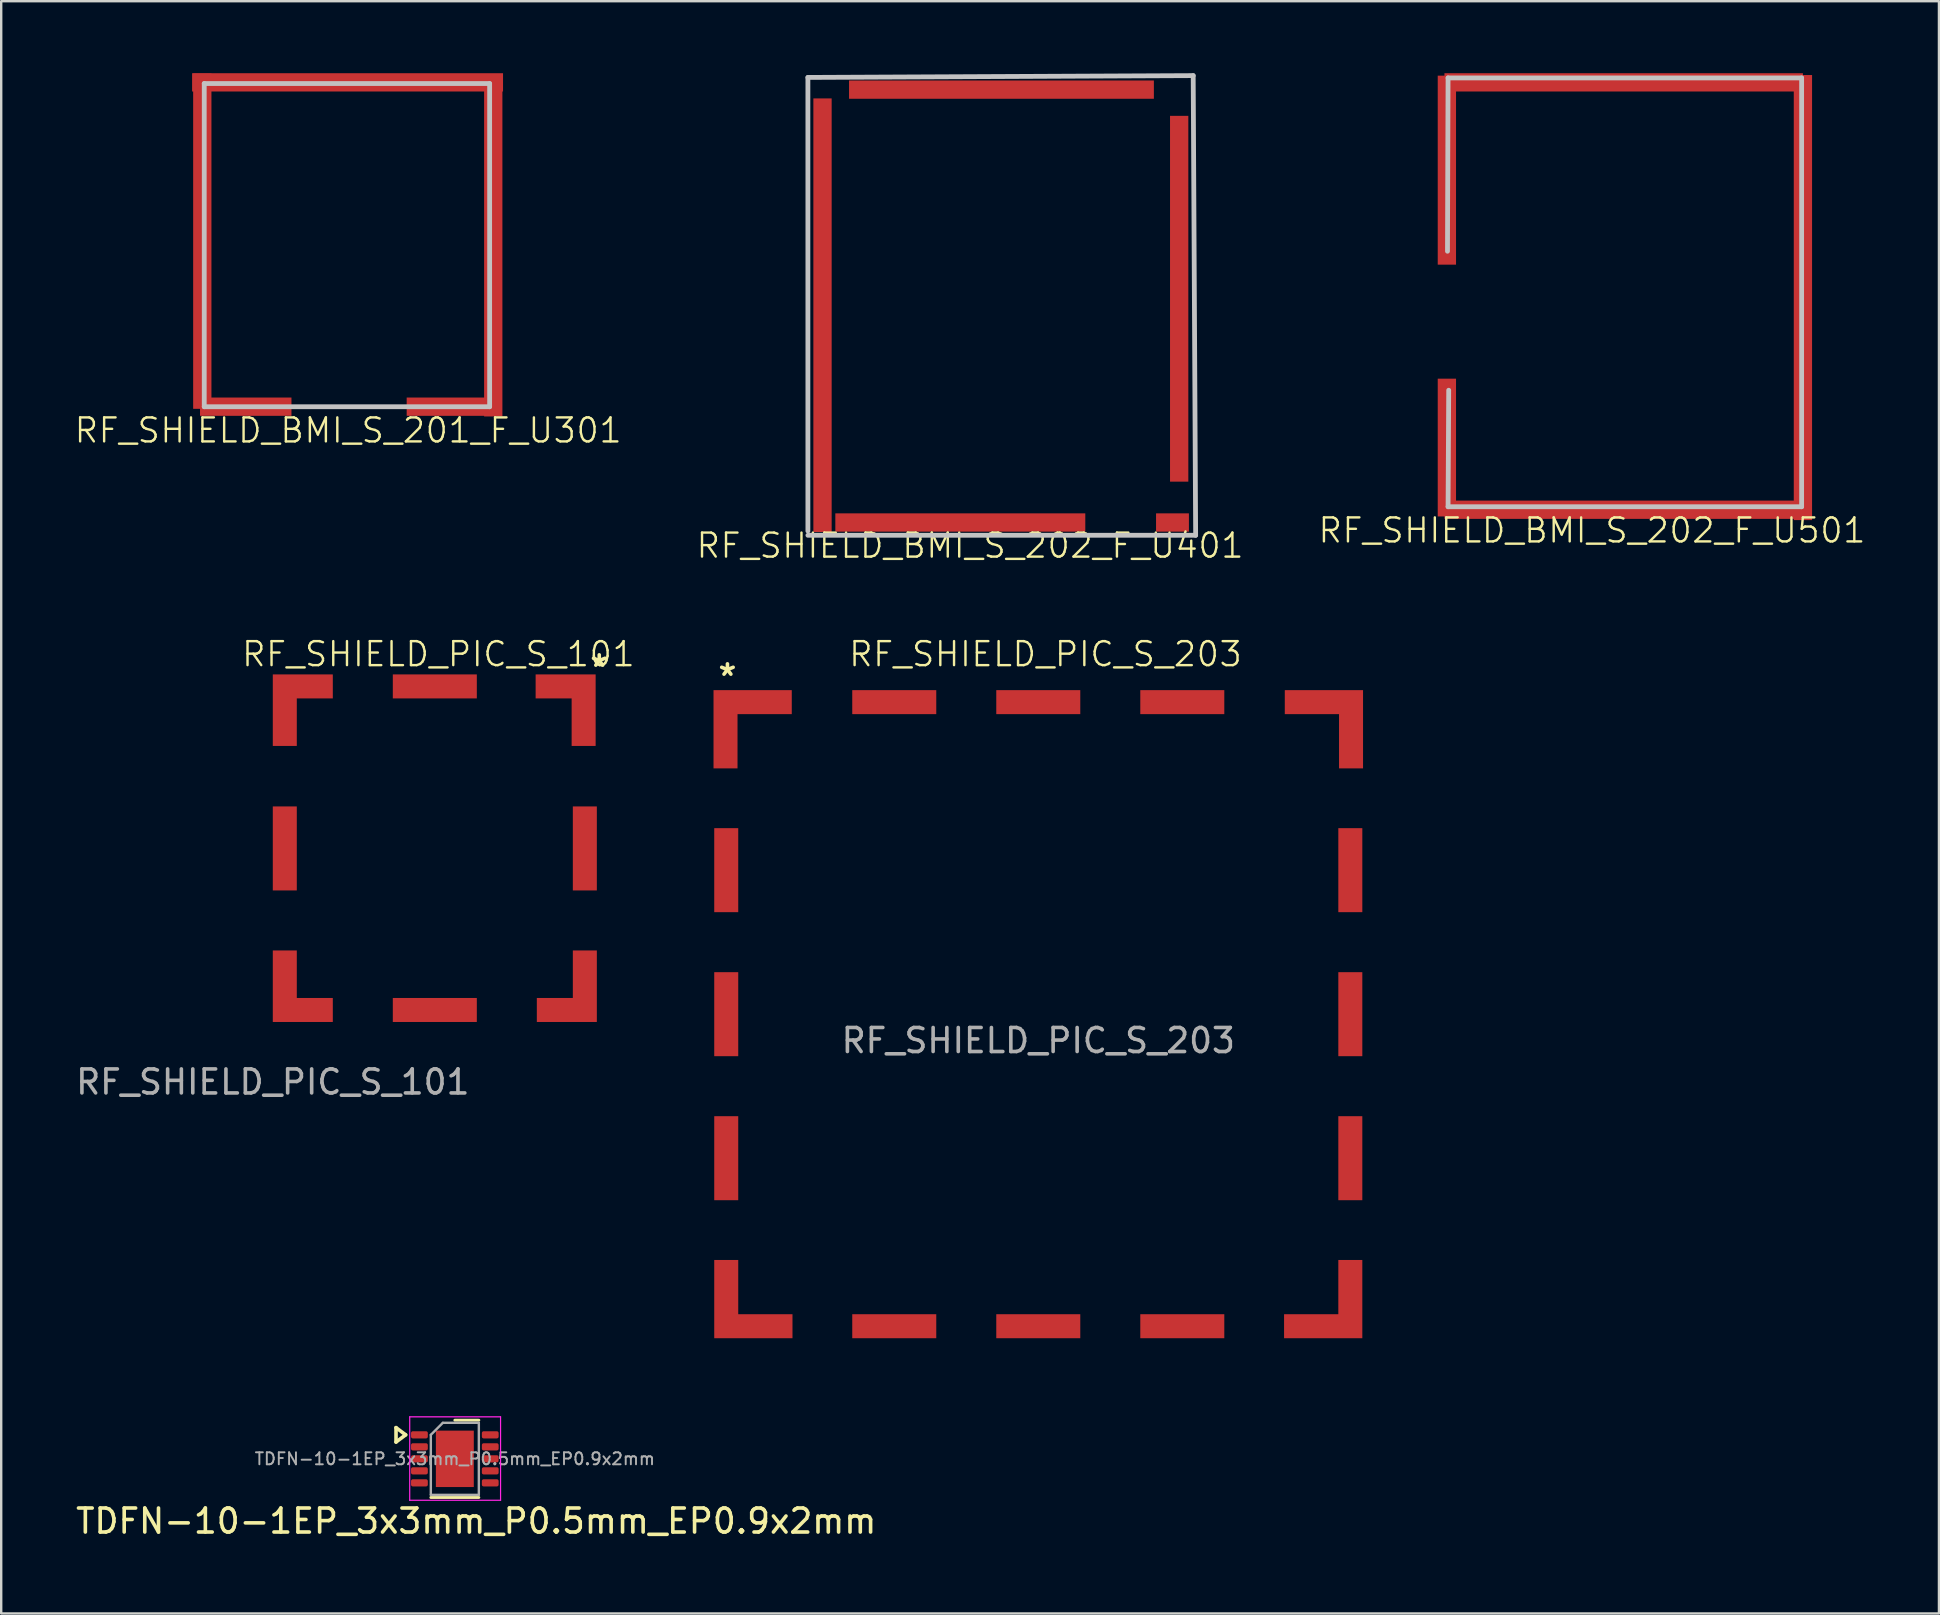
<source format=kicad_pcb>
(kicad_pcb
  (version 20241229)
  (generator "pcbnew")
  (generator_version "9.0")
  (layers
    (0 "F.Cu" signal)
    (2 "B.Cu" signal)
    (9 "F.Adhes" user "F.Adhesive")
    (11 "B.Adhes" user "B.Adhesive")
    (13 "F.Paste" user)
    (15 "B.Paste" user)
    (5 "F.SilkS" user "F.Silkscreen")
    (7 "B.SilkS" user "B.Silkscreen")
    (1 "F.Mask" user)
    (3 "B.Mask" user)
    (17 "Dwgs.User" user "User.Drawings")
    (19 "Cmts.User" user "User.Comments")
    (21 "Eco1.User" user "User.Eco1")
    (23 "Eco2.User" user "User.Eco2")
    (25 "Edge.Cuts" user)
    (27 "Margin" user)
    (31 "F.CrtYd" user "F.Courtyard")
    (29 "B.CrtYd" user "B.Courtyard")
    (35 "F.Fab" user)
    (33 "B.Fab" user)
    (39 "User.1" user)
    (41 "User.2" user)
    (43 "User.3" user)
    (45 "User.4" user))
  (footprint "RF_SHIELD_BMI_S_202_F_U401"
    (layer "F.Cu")
    (at 31.268 18.794)
    (property "Reference" "RF_SHIELD_BMI_S_202_F_U401" (at 6.096 0.886 0) (unlocked yes) (layer "F.SilkS") (effects (font (size 1 1) (thickness 0.1))))
    (attr smd)
    (fp_line (start -0.66 -18.618) (end -0.66 0.279) (stroke (width 0.2) (type default)) (layer "Dwgs.User"))
    (fp_line (start -0.66 -18.618) (end 15.392 -18.694) (stroke (width 0.2) (type default)) (layer "Dwgs.User"))
    (fp_line (start -0.659 0.457) (end 15.494 0.457) (stroke (width 0.2) (type default)) (layer "Dwgs.User"))
    (fp_line (start 15.392 -18.694) (end 15.494 0.457) (stroke (width 0.2) (type default)) (layer "Dwgs.User"))
    (pad "1" smd rect (at 5.69 -0.076) (size 10.414 0.762) (layers "F.Cu" "F.Mask" "F.Paste"))
    (pad "2" smd rect (at -0.051 -8.712 90) (size 18.064 0.762) (layers "F.Cu" "F.Mask" "F.Paste"))
    (pad "3" smd rect (at 14.529 -0.076) (size 1.369 0.762) (layers "F.Cu" "F.Mask" "F.Paste"))
    (pad "4" smd rect (at 7.404 -18.11) (size 12.7 0.762) (layers "F.Cu" "F.Mask" "F.Paste"))
    (pad "5" smd rect (at 14.808 -9.398 90) (size 15.24 0.762) (layers "F.Cu" "F.Mask" "F.Paste")))
  (footprint "TDFN-10-1EP_3x3mm_P0.5mm_EP0.9x2mm"
    (layer "F.Cu")
    (at 15.899 57.727)
    (property "Reference" "TDFN-10-1EP_3x3mm_P0.5mm_EP0.9x2mm" (at 0.892 2.594 0) (layer "F.SilkS") (effects (font (size 1 1) (thickness 0.15))))
    (attr smd)
    (fp_line (start -2.45 -1.3) (end -2.05 -1) (stroke (width 0.15) (type solid)) (layer "F.SilkS"))
    (fp_line (start -2.45 -0.7) (end -2.45 -1.3) (stroke (width 0.15) (type solid)) (layer "F.SilkS"))
    (fp_line (start -2.05 -1) (end -2.45 -0.7) (stroke (width 0.15) (type solid)) (layer "F.SilkS"))
    (fp_line (start -1 1.61) (end 1 1.61) (stroke (width 0.12) (type solid)) (layer "F.SilkS"))
    (fp_line (start 0 -1.61) (end 1 -1.61) (stroke (width 0.12) (type solid)) (layer "F.SilkS"))
    (fp_line (start -1.88 -1.75) (end -1.88 1.727) (stroke (width 0.05) (type solid)) (layer "F.CrtYd"))
    (fp_line (start -1.88 1.727) (end 1.905 1.727) (stroke (width 0.05) (type solid)) (layer "F.CrtYd"))
    (fp_line (start 1.905 -1.75) (end -1.88 -1.75) (stroke (width 0.05) (type solid)) (layer "F.CrtYd"))
    (fp_line (start 1.905 1.727) (end 1.905 -1.75) (stroke (width 0.05) (type solid)) (layer "F.CrtYd"))
    (fp_line (start -1 -1) (end -0.5 -1.5) (stroke (width 0.1) (type solid)) (layer "F.Fab"))
    (fp_line (start -1 1.5) (end -1 -1) (stroke (width 0.1) (type solid)) (layer "F.Fab"))
    (fp_line (start -0.5 -1.5) (end 1 -1.5) (stroke (width 0.1) (type solid)) (layer "F.Fab"))
    (fp_line (start 1 -1.5) (end 1 1.5) (stroke (width 0.1) (type solid)) (layer "F.Fab"))
    (fp_line (start 1 1.5) (end -1 1.5) (stroke (width 0.1) (type solid)) (layer "F.Fab"))
    (fp_text user "${REFERENCE}" (at 0 0 0) (layer "F.Fab") (effects (font (size 0.5 0.5) (thickness 0.08))))
    (pad "" smd roundrect (at 0 -0.5) (size 0.73 0.81) (layers "F.Paste") (roundrect_rratio 0.25))
    (pad "" smd roundrect (at 0 0.5) (size 0.73 0.81) (layers "F.Paste") (roundrect_rratio 0.25))
    (pad "1" smd roundrect (at -1.475 -1) (size 0.7 0.3) (layers "F.Cu" "F.Mask" "F.Paste") (roundrect_rratio 0.25))
    (pad "2" smd roundrect (at -1.475 -0.5) (size 0.7 0.3) (layers "F.Cu" "F.Mask" "F.Paste") (roundrect_rratio 0.25))
    (pad "3" smd roundrect (at -1.475 0) (size 0.7 0.3) (layers "F.Cu" "F.Mask" "F.Paste") (roundrect_rratio 0.25))
    (pad "4" smd roundrect (at -1.475 0.5) (size 0.7 0.3) (layers "F.Cu" "F.Mask" "F.Paste") (roundrect_rratio 0.25))
    (pad "5" smd roundrect (at -1.475 1) (size 0.7 0.3) (layers "F.Cu" "F.Mask" "F.Paste") (roundrect_rratio 0.25))
    (pad "6" smd roundrect (at 1.475 1) (size 0.7 0.3) (layers "F.Cu" "F.Mask" "F.Paste") (roundrect_rratio 0.25))
    (pad "7" smd roundrect (at 1.475 0.5) (size 0.7 0.3) (layers "F.Cu" "F.Mask" "F.Paste") (roundrect_rratio 0.25))
    (pad "8" smd roundrect (at 1.475 0) (size 0.7 0.3) (layers "F.Cu" "F.Mask" "F.Paste") (roundrect_rratio 0.25))
    (pad "9" smd roundrect (at 1.475 -0.5) (size 0.7 0.3) (layers "F.Cu" "F.Mask" "F.Paste") (roundrect_rratio 0.25))
    (pad "10" smd roundrect (at 1.475 -1) (size 0.7 0.3) (layers "F.Cu" "F.Mask" "F.Paste") (roundrect_rratio 0.25))
    (pad "11" smd rect (at 0 0) (size 1.58 2.35) (layers "F.Cu" "F.Mask")))
  (footprint "RF_SHIELD_PIC_S_203"
    (layer "F.Cu")
    (at 26.706 52.702)
    (property "Reference" "RF_SHIELD_PIC_S_203" (at 13.8 -28.5 0) (unlocked yes) (layer "F.SilkS") (effects (font (size 1 1) (thickness 0.1))))
    (attr smd)
    (fp_text user "*" (at 0.55 -27.55 0) (unlocked yes) (layer "F.SilkS") (effects (font (size 1 1) (thickness 0.15))))
    (fp_text user "${REFERENCE}" (at 13.5 -12.4 0) (unlocked yes) (layer "F.Fab") (effects (font (size 1 1) (thickness 0.15))))
    (pad "1" smd rect (at 0.5 -19.5) (size 1 3.5) (layers "F.Cu" "F.Mask" "F.Paste"))
    (pad "1" smd rect (at 0.5 -13.5) (size 1 3.5) (layers "F.Cu" "F.Mask" "F.Paste"))
    (pad "1" smd rect (at 0.5 -7.5) (size 1 3.5) (layers "F.Cu" "F.Mask" "F.Paste"))
    (pad "1" smd custom (at 1.6 -26.5 270) (size 1 3.26) (layers "F.Cu" "F.Mask" "F.Paste") (options (anchor rect)) (primitives (gr_rect (start -0.5 0.63) (end 2.76 1.63) (width 0) (fill yes))))
    (pad "1" smd custom (at 1.63 -0.5 90) (size 1 3.26) (layers "F.Cu" "F.Mask" "F.Paste") (options (anchor rect)) (primitives (gr_rect (start -0.5 -1.63) (end 2.76 -0.63) (width 0) (fill yes))))
    (pad "1" smd rect (at 7.5 -26.5 270) (size 1 3.5) (layers "F.Cu" "F.Mask" "F.Paste"))
    (pad "1" smd rect (at 7.5 -0.5 90) (size 1 3.5) (layers "F.Cu" "F.Mask" "F.Paste"))
    (pad "1" smd rect (at 13.5 -26.5 270) (size 1 3.5) (layers "F.Cu" "F.Mask" "F.Paste"))
    (pad "1" smd rect (at 13.5 -0.5 90) (size 1 3.5) (layers "F.Cu" "F.Mask" "F.Paste"))
    (pad "1" smd rect (at 19.5 -26.5 270) (size 1 3.5) (layers "F.Cu" "F.Mask" "F.Paste"))
    (pad "1" smd rect (at 19.5 -0.5 90) (size 1 3.5) (layers "F.Cu" "F.Mask" "F.Paste"))
    (pad "1" smd custom (at 25.4 -26.5 90) (size 1 3.26) (layers "F.Cu" "F.Mask" "F.Paste") (options (anchor rect)) (primitives (gr_rect (start -2.76 0.63) (end 0.5 1.63) (width 0) (fill yes))))
    (pad "1" smd rect (at 26.5 -19.5) (size 1 3.5) (layers "F.Cu" "F.Mask" "F.Paste"))
    (pad "1" smd rect (at 26.5 -13.5) (size 1 3.5) (layers "F.Cu" "F.Mask" "F.Paste"))
    (pad "1" smd rect (at 26.5 -7.5) (size 1 3.5) (layers "F.Cu" "F.Mask" "F.Paste"))
    (pad "1" smd custom (at 26.5 -1.63 180) (size 1 3.26) (layers "F.Cu" "F.Mask" "F.Paste") (options (anchor rect)) (primitives (gr_rect (start -0.5 -1.63) (end 2.76 -0.63) (width 0) (fill yes)))))
  (footprint "RF_SHIELD_BMI_S_201_F_U301"
    (layer "F.Cu")
    (at 5.359 13.995)
    (property "Reference" "RF_SHIELD_BMI_S_201_F_U301" (at 6.096 0.886 0) (unlocked yes) (layer "F.SilkS") (effects (font (size 1 1) (thickness 0.1))))
    (attr smd)
    (fp_line (start 0.1 -13.565) (end 0.1 -0.1) (stroke (width 0.2) (type default)) (layer "Dwgs.User"))
    (fp_line (start 0.1 -13.565) (end 11.99 -13.565) (stroke (width 0.2) (type default)) (layer "Dwgs.User"))
    (fp_line (start 0.1 -0.1) (end 11.99 -0.1) (stroke (width 0.2) (type default)) (layer "Dwgs.User"))
    (fp_line (start 11.99 -13.565) (end 11.99 -0.1) (stroke (width 0.2) (type default)) (layer "Dwgs.User"))
    (pad "1" smd rect (at 1.829 -0.102) (size 3.81 0.762) (layers "F.Cu" "F.Mask" "F.Paste"))
    (pad "2" smd rect (at 0.019 -6.998 90) (size 13.97 0.762) (layers "F.Cu" "F.Mask" "F.Paste"))
    (pad "3" smd rect (at 6.071 -13.614) (size 12.954 0.762) (layers "F.Cu" "F.Mask" "F.Paste"))
    (pad "4" smd rect (at 12.141 -6.68 90) (size 13.97 0.762) (layers "F.Cu" "F.Mask" "F.Paste"))
    (pad "5" smd rect (at 10.439 -0.102) (size 3.81 0.762) (layers "F.Cu" "F.Mask" "F.Paste")))
  (footprint "RF_SHIELD_BMI_S_202_F_U501"
    (layer "F.Cu")
    (at 57.178 18.161)
    (property "Reference" "RF_SHIELD_BMI_S_202_F_U501" (at 6.096 0.886 0) (unlocked yes) (layer "F.SilkS") (effects (font (size 1 1) (thickness 0.1))))
    (attr smd)
    (fp_line (start 0.1 -17.965) (end 0.076 -10.744) (stroke (width 0.2) (type default)) (layer "Dwgs.User"))
    (fp_line (start 0.1 -17.965) (end 14.83 -17.965) (stroke (width 0.2) (type default)) (layer "Dwgs.User"))
    (fp_line (start 0.1 -0.1) (end 14.83 -0.1) (stroke (width 0.2) (type default)) (layer "Dwgs.User"))
    (fp_line (start 0.127 -4.953) (end 0.1 -0.1) (stroke (width 0.2) (type default)) (layer "Dwgs.User"))
    (fp_line (start 14.83 -17.965) (end 14.83 -0.1) (stroke (width 0.2) (type default)) (layer "Dwgs.User"))
    (pad "1" smd rect (at 7.417 0.025) (size 14.935 0.762) (layers "F.Cu" "F.Mask" "F.Paste"))
    (pad "2" smd rect (at 0.051 -2.565 90) (size 5.74 0.762) (layers "F.Cu" "F.Mask" "F.Paste"))
    (pad "3" smd rect (at 0.051 -14.122 90) (size 7.874 0.762) (layers "F.Cu" "F.Mask" "F.Paste"))
    (pad "4" smd rect (at 7.417 -17.78) (size 14.935 0.762) (layers "F.Cu" "F.Mask" "F.Paste"))
    (pad "5" smd rect (at 14.884 -8.814 90) (size 18.542 0.762) (layers "F.Cu" "F.Mask" "F.Paste")))
  (footprint "RF_SHIELD_PIC_S_101"
    (layer "F.Cu")
    (at 8.315 39.527)
    (property "Reference" "RF_SHIELD_PIC_S_101" (at 6.9 -15.325 0) (unlocked yes) (layer "F.SilkS") (effects (font (size 1 1) (thickness 0.1))))
    (attr smd)
    (fp_text user "*" (at 13.6 -14.75 0) (unlocked yes) (layer "F.SilkS") (effects (font (size 1 1) (thickness 0.15))))
    (fp_text user "${REFERENCE}" (at 0 2.5 0) (unlocked yes) (layer "F.Fab") (effects (font (size 1 1) (thickness 0.15))))
    (pad "1" smd rect (at 0.5 -7.23) (size 1 3.5) (layers "F.Cu" "F.Mask" "F.Paste"))
    (pad "1" smd custom (at 1.25 -13.98 270) (size 1 2.5) (layers "F.Cu" "F.Mask" "F.Paste") (options (anchor rect)) (primitives (gr_rect (start -0.5 0.25) (end 2.48 1.25) (width 0) (fill yes))))
    (pad "1" smd custom (at 1.25 -0.5 90) (size 1 2.5) (layers "F.Cu" "F.Mask" "F.Paste") (options (anchor rect)) (primitives (gr_rect (start -0.5 -1.25) (end 2.48 -0.25) (width 0) (fill yes))))
    (pad "1" smd rect (at 6.75 -13.98 90) (size 1 3.5) (layers "F.Cu" "F.Mask" "F.Paste"))
    (pad "1" smd rect (at 6.75 -0.5 90) (size 1 3.5) (layers "F.Cu" "F.Mask" "F.Paste"))
    (pad "1" smd custom (at 12.2 -13.98 90) (size 1 2.5) (layers "F.Cu" "F.Mask" "F.Paste") (options (anchor rect)) (primitives (gr_rect (start -2.48 0.25) (end 0.5 1.25) (width 0) (fill yes))))
    (pad "1" smd custom (at 12.25 -0.5 270) (size 1 2.5) (layers "F.Cu" "F.Mask" "F.Paste") (options (anchor rect)) (primitives (gr_rect (start -2.48 -1.25) (end 0.5 -0.25) (width 0) (fill yes))))
    (pad "1" smd rect (at 13 -7.23) (size 1 3.5) (layers "F.Cu" "F.Mask" "F.Paste")))
  (gr_rect
    (start -3 -3)
    (end 77.729 64.169)
    (stroke (width 0.1) (type default))
    (fill no)
    (layer "Edge.Cuts")))
</source>
